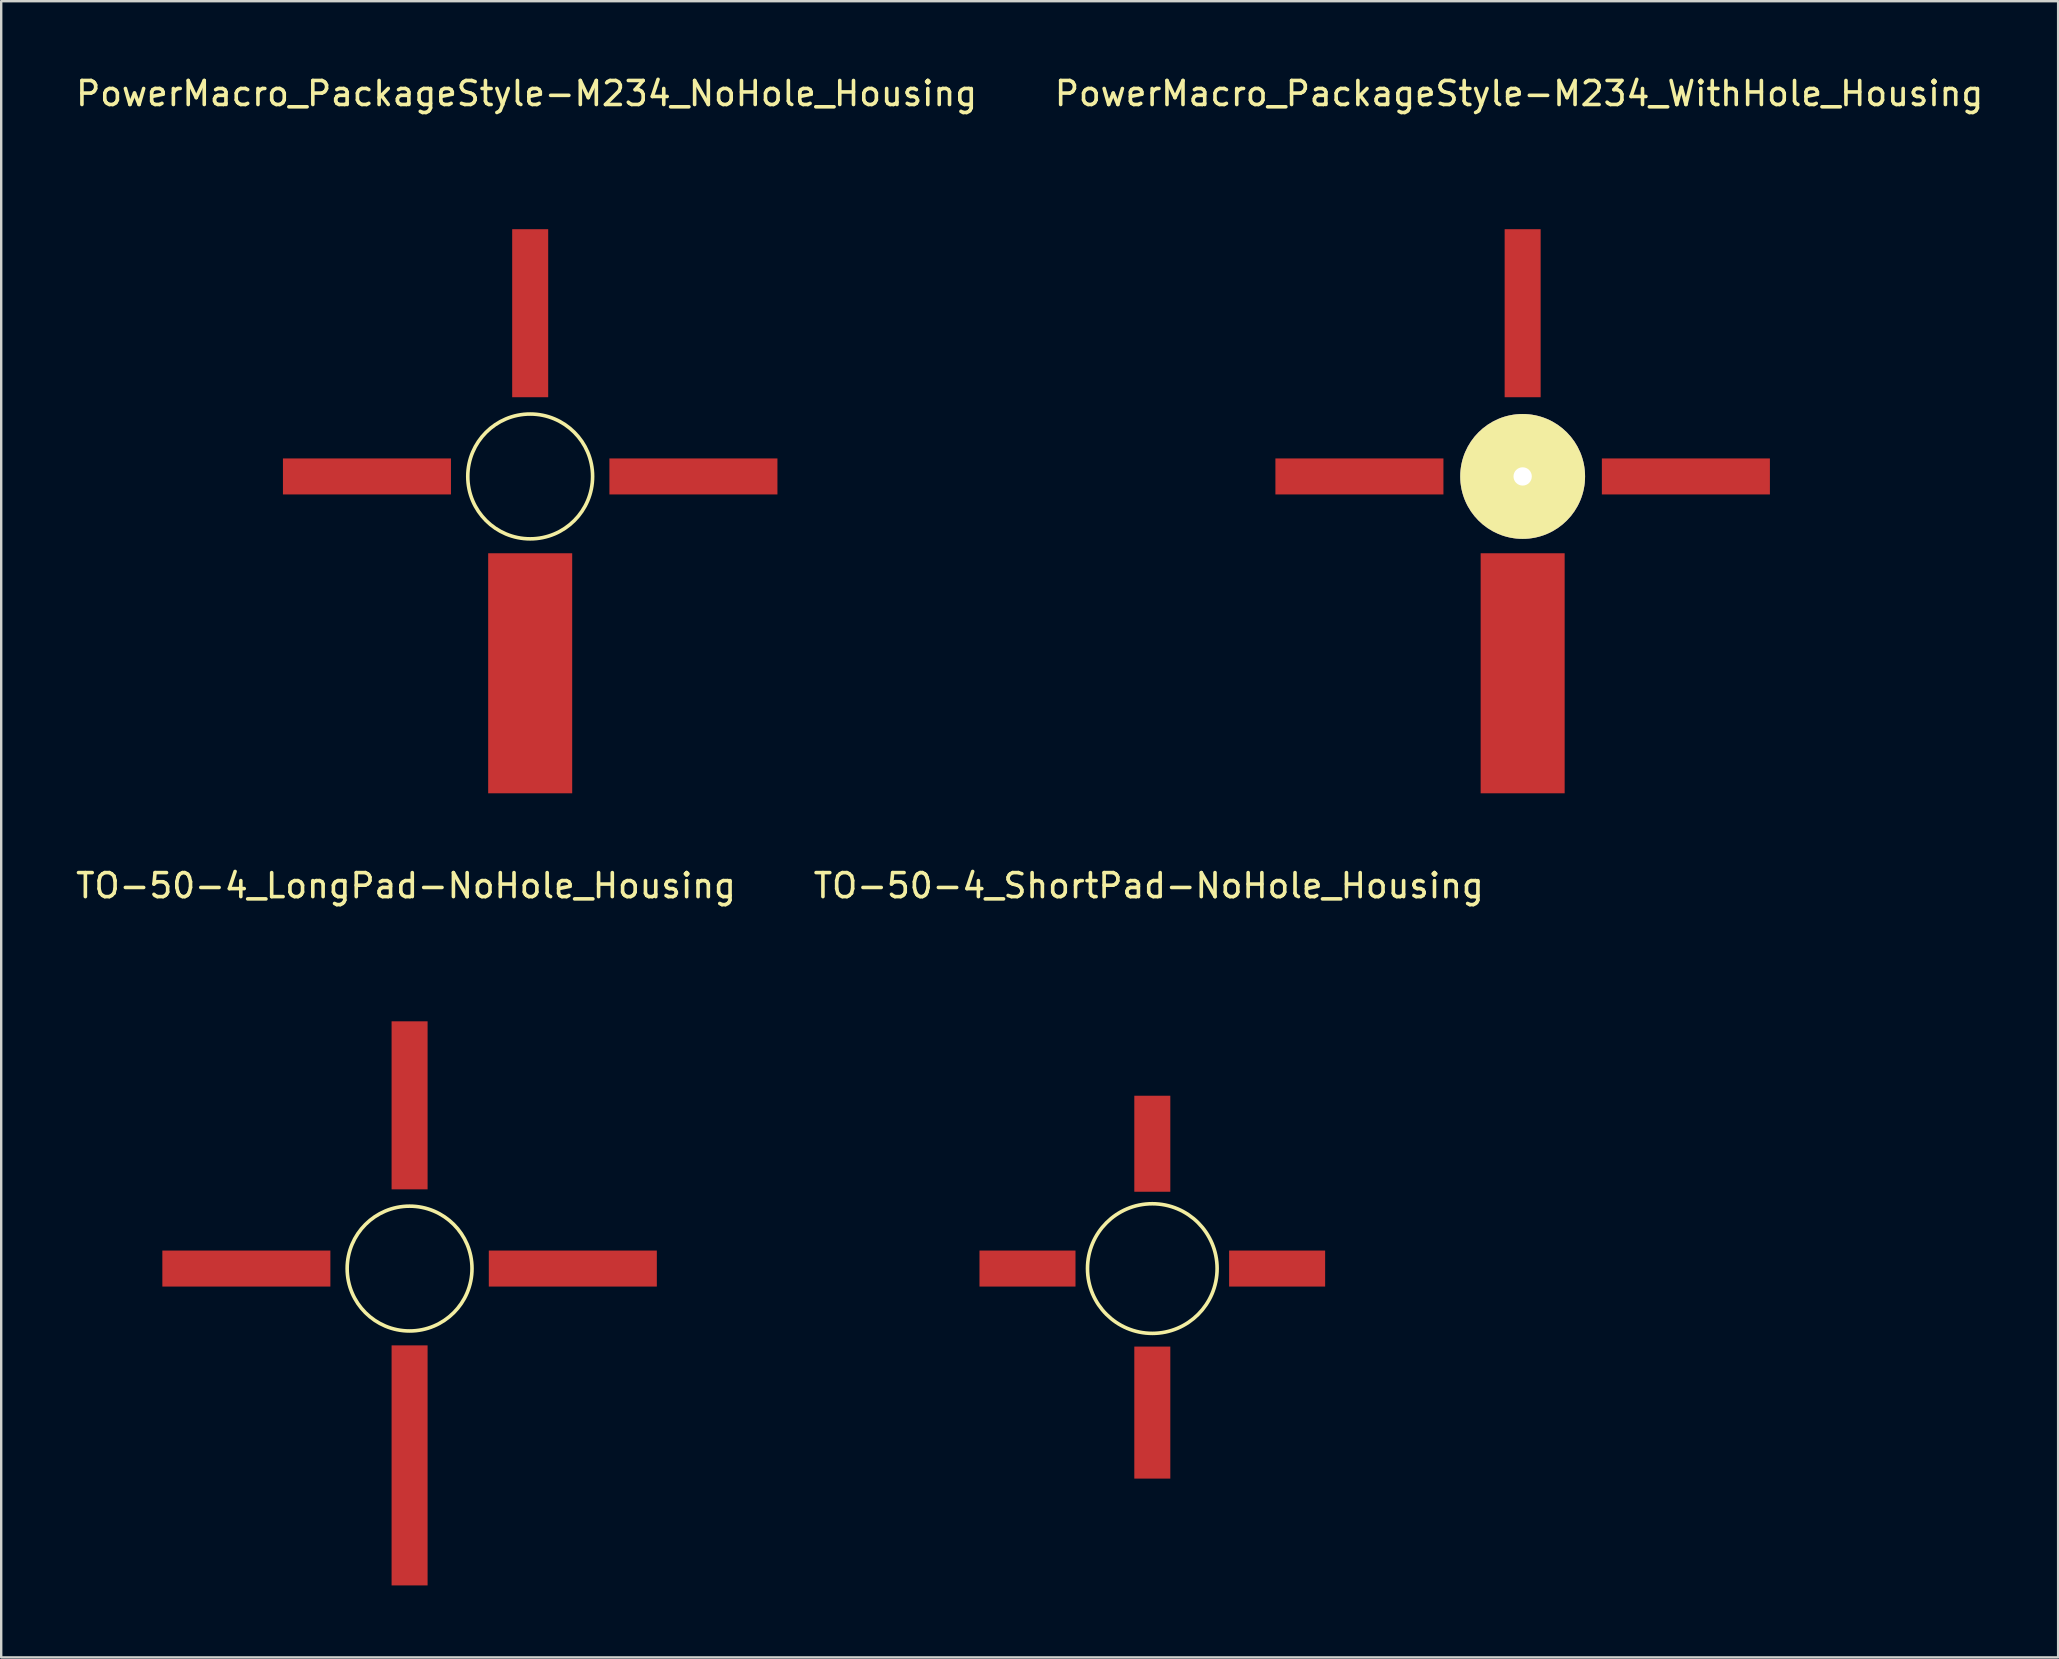
<source format=kicad_pcb>
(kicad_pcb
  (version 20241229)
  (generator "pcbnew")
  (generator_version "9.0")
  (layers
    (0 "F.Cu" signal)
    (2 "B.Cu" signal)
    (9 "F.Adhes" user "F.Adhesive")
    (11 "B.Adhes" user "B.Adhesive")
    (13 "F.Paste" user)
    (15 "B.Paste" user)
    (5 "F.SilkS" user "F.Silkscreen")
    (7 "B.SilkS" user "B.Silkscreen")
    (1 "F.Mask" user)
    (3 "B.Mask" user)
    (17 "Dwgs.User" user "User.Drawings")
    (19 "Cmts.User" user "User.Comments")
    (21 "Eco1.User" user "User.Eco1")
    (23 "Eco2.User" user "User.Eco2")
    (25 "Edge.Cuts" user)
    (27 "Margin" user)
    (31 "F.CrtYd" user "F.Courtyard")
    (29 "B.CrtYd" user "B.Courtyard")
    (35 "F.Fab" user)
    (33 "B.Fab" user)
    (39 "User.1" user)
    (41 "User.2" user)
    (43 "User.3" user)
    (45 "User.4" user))
  (footprint "PowerMacro_PackageStyle-M234_WithHole_Housing"
    (layer "F.Cu")
    (at 60.382 16.798)
    (property "Reference" "PowerMacro_PackageStyle-M234_WithHole_Housing" (at -0.15 -15.95 0) (layer "F.SilkS") (effects (font (size 1 1) (thickness 0.15))))
    (attr smd)
    (pad "" np_thru_hole circle (at 0 0) (size 5.2 5.2) (drill 0.762) (layers "*.Cu" "*.Mask" "F.SilkS"))
    (pad "1" smd rect (at 0 -6.8) (size 1.5 7) (layers "F.Cu" "F.Mask" "F.Paste"))
    (pad "2" smd rect (at -6.8 0) (size 7 1.5) (layers "F.Cu" "F.Mask" "F.Paste"))
    (pad "3" smd rect (at 0 8.2) (size 3.5 10) (layers "F.Cu" "F.Mask" "F.Paste"))
    (pad "4" smd rect (at 6.8 0) (size 7 1.5) (layers "F.Cu" "F.Mask" "F.Paste")))
  (footprint "TO-50-4_LongPad-NoHole_Housing"
    (layer "F.Cu")
    (at 14.013 49.797)
    (property "Reference" "TO-50-4_LongPad-NoHole_Housing" (at -0.15 -15.95 0) (layer "F.SilkS") (effects (font (size 1 1) (thickness 0.15))))
    (attr smd)
    (fp_circle (center 0 0) (end 2.6 0) (stroke (width 0.15) (type solid)) (fill no) (layer "F.SilkS"))
    (pad "1" smd rect (at 0 -6.8) (size 1.5 7) (layers "F.Cu" "F.Mask" "F.Paste"))
    (pad "2" smd rect (at -6.8 0) (size 7 1.5) (layers "F.Cu" "F.Mask" "F.Paste"))
    (pad "3" smd rect (at 0 8.2) (size 1.5 10) (layers "F.Cu" "F.Mask" "F.Paste"))
    (pad "4" smd rect (at 6.8 0) (size 7 1.5) (layers "F.Cu" "F.Mask" "F.Paste")))
  (footprint "TO-50-4_ShortPad-NoHole_Housing"
    (layer "F.Cu")
    (at 44.954 49.797)
    (property "Reference" "TO-50-4_ShortPad-NoHole_Housing" (at -0.15 -15.95 0) (layer "F.SilkS") (effects (font (size 1 1) (thickness 0.15))))
    (attr smd)
    (fp_circle (center 0 0) (end 2.7 0) (stroke (width 0.15) (type solid)) (fill no) (layer "F.SilkS"))
    (pad "1" smd rect (at 0 -5.2) (size 1.5 4) (layers "F.Cu" "F.Mask" "F.Paste"))
    (pad "2" smd rect (at -5.2 0) (size 4 1.5) (layers "F.Cu" "F.Mask" "F.Paste"))
    (pad "3" smd rect (at 0 6) (size 1.5 5.5) (layers "F.Cu" "F.Mask" "F.Paste"))
    (pad "4" smd rect (at 5.2 0) (size 4 1.5) (layers "F.Cu" "F.Mask" "F.Paste")))
  (footprint "PowerMacro_PackageStyle-M234_NoHole_Housing"
    (layer "F.Cu")
    (at 19.037 16.798)
    (property "Reference" "PowerMacro_PackageStyle-M234_NoHole_Housing" (at -0.15 -15.95 0) (layer "F.SilkS") (effects (font (size 1 1) (thickness 0.15))))
    (attr smd)
    (fp_circle (center 0 0) (end 2.6 0) (stroke (width 0.15) (type solid)) (fill no) (layer "F.SilkS"))
    (pad "1" smd rect (at 0 -6.8) (size 1.5 7) (layers "F.Cu" "F.Mask" "F.Paste"))
    (pad "2" smd rect (at -6.8 0) (size 7 1.5) (layers "F.Cu" "F.Mask" "F.Paste"))
    (pad "3" smd rect (at 0 8.2) (size 3.5 10) (layers "F.Cu" "F.Mask" "F.Paste"))
    (pad "4" smd rect (at 6.8 0) (size 7 1.5) (layers "F.Cu" "F.Mask" "F.Paste")))
  (gr_rect
    (start -3 -3)
    (end 82.69 65.996)
    (stroke (width 0.1) (type default))
    (fill no)
    (layer "Edge.Cuts")))
</source>
